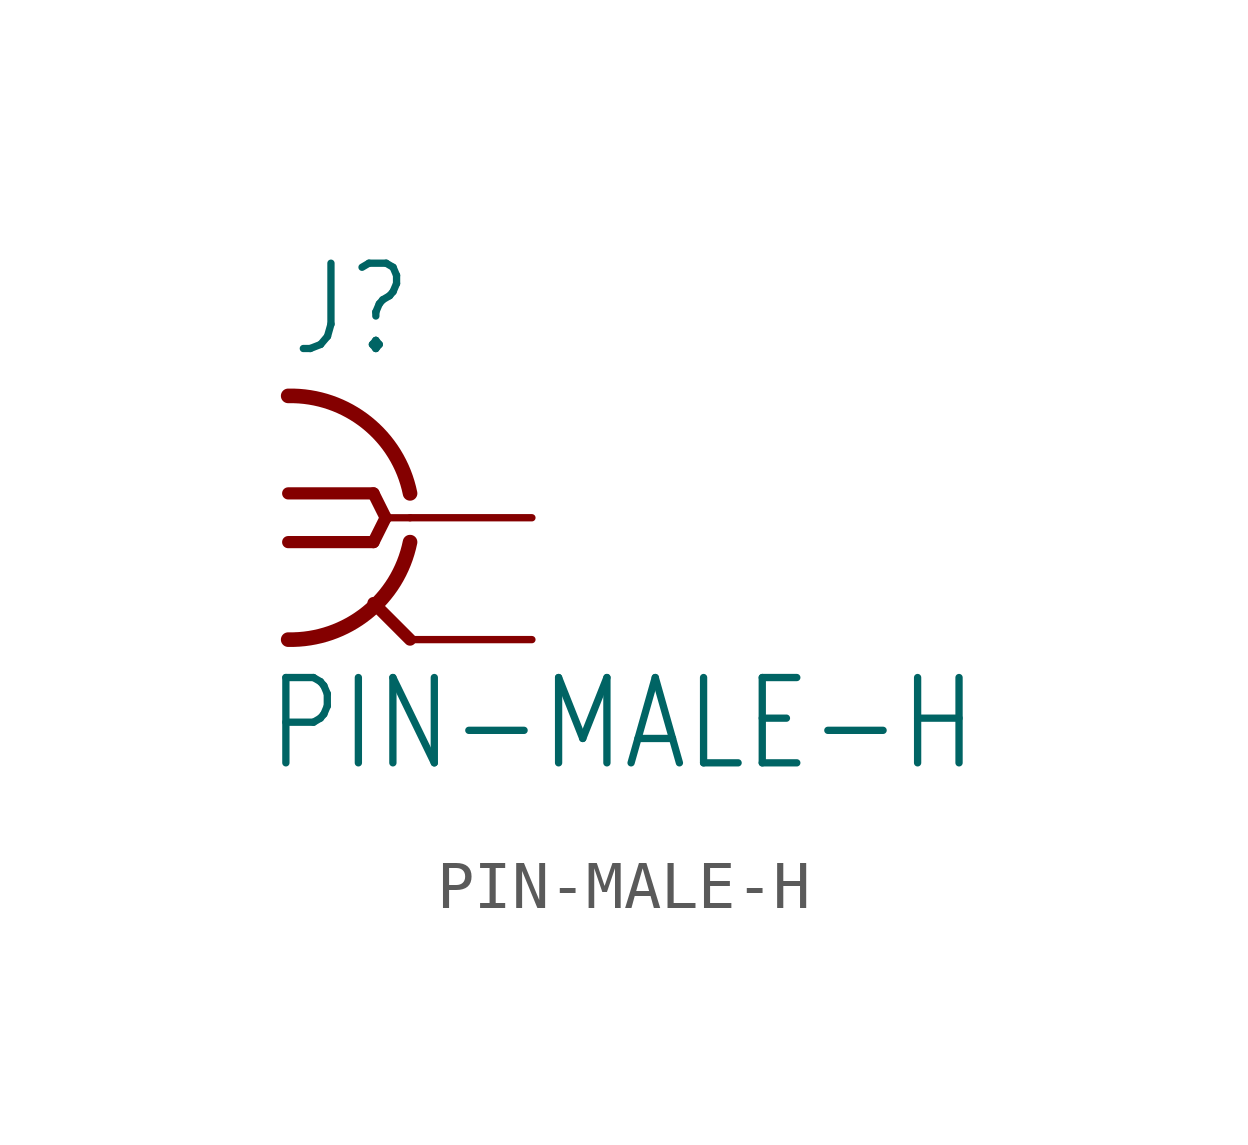
<source format=kicad_sym>
(kicad_symbol_lib
  (version 20241209)
  (generator "kicad_symbol_editor")
  (generator_version "9.0")
  (symbol "PIN-MALE-H"
    (property "Reference" "J"
      (at -2.54 3.302 0)
      (effects (font (size 1.778 1.511)) (justify left bottom)))
    (property "Value" "PIN-MALE-H"
      (at -3.048 -5.334 0)
      (effects (font (size 1.778 1.511)) (justify left bottom)))
    (symbol "PIN-MALE-H_1_0"
      (polyline (pts (xy -2.54 0.508) (xy -0.762 0.508)) (stroke (width 0.254) (type solid)) (fill (type none)))
      (arc (start 0 -0.508) (mid -0.9022 -1.9838) (end -2.54 -2.54) (stroke (width 0.3048) (type solid)) (fill (type none)))
      (arc (start -2.54 2.54) (mid -0.9022 1.9838) (end 0 0.508) (stroke (width 0.3048) (type solid)) (fill (type none)))
      (polyline (pts (xy -0.762 0.508) (xy -0.508 0)) (stroke (width 0.254) (type solid)) (fill (type none)))
      (polyline (pts (xy -0.762 -0.508) (xy -2.54 -0.508)) (stroke (width 0.254) (type solid)) (fill (type none)))
      (polyline (pts (xy -0.508 0) (xy -0.762 -0.508)) (stroke (width 0.254) (type solid)) (fill (type none)))
      (polyline (pts (xy 0 0) (xy -0.508 0)) (stroke (width 0.152) (type solid)) (fill (type none)))
      (polyline (pts (xy 0 -2.54) (xy -0.762 -1.778)) (stroke (width 0.254) (type solid)) (fill (type none)))
      (pin bidirectional line (at 2.54 0 180) (length 2.54) (name "SIG" (effects (font (size 0 0)))) (number "1" (effects (font (size 0 0)))))
      (pin passive line (at 2.54 -2.54 180) (length 2.54) (name "GND" (effects (font (size 0 0)))) (number "2" (effects (font (size 0 0))))))))
</source>
